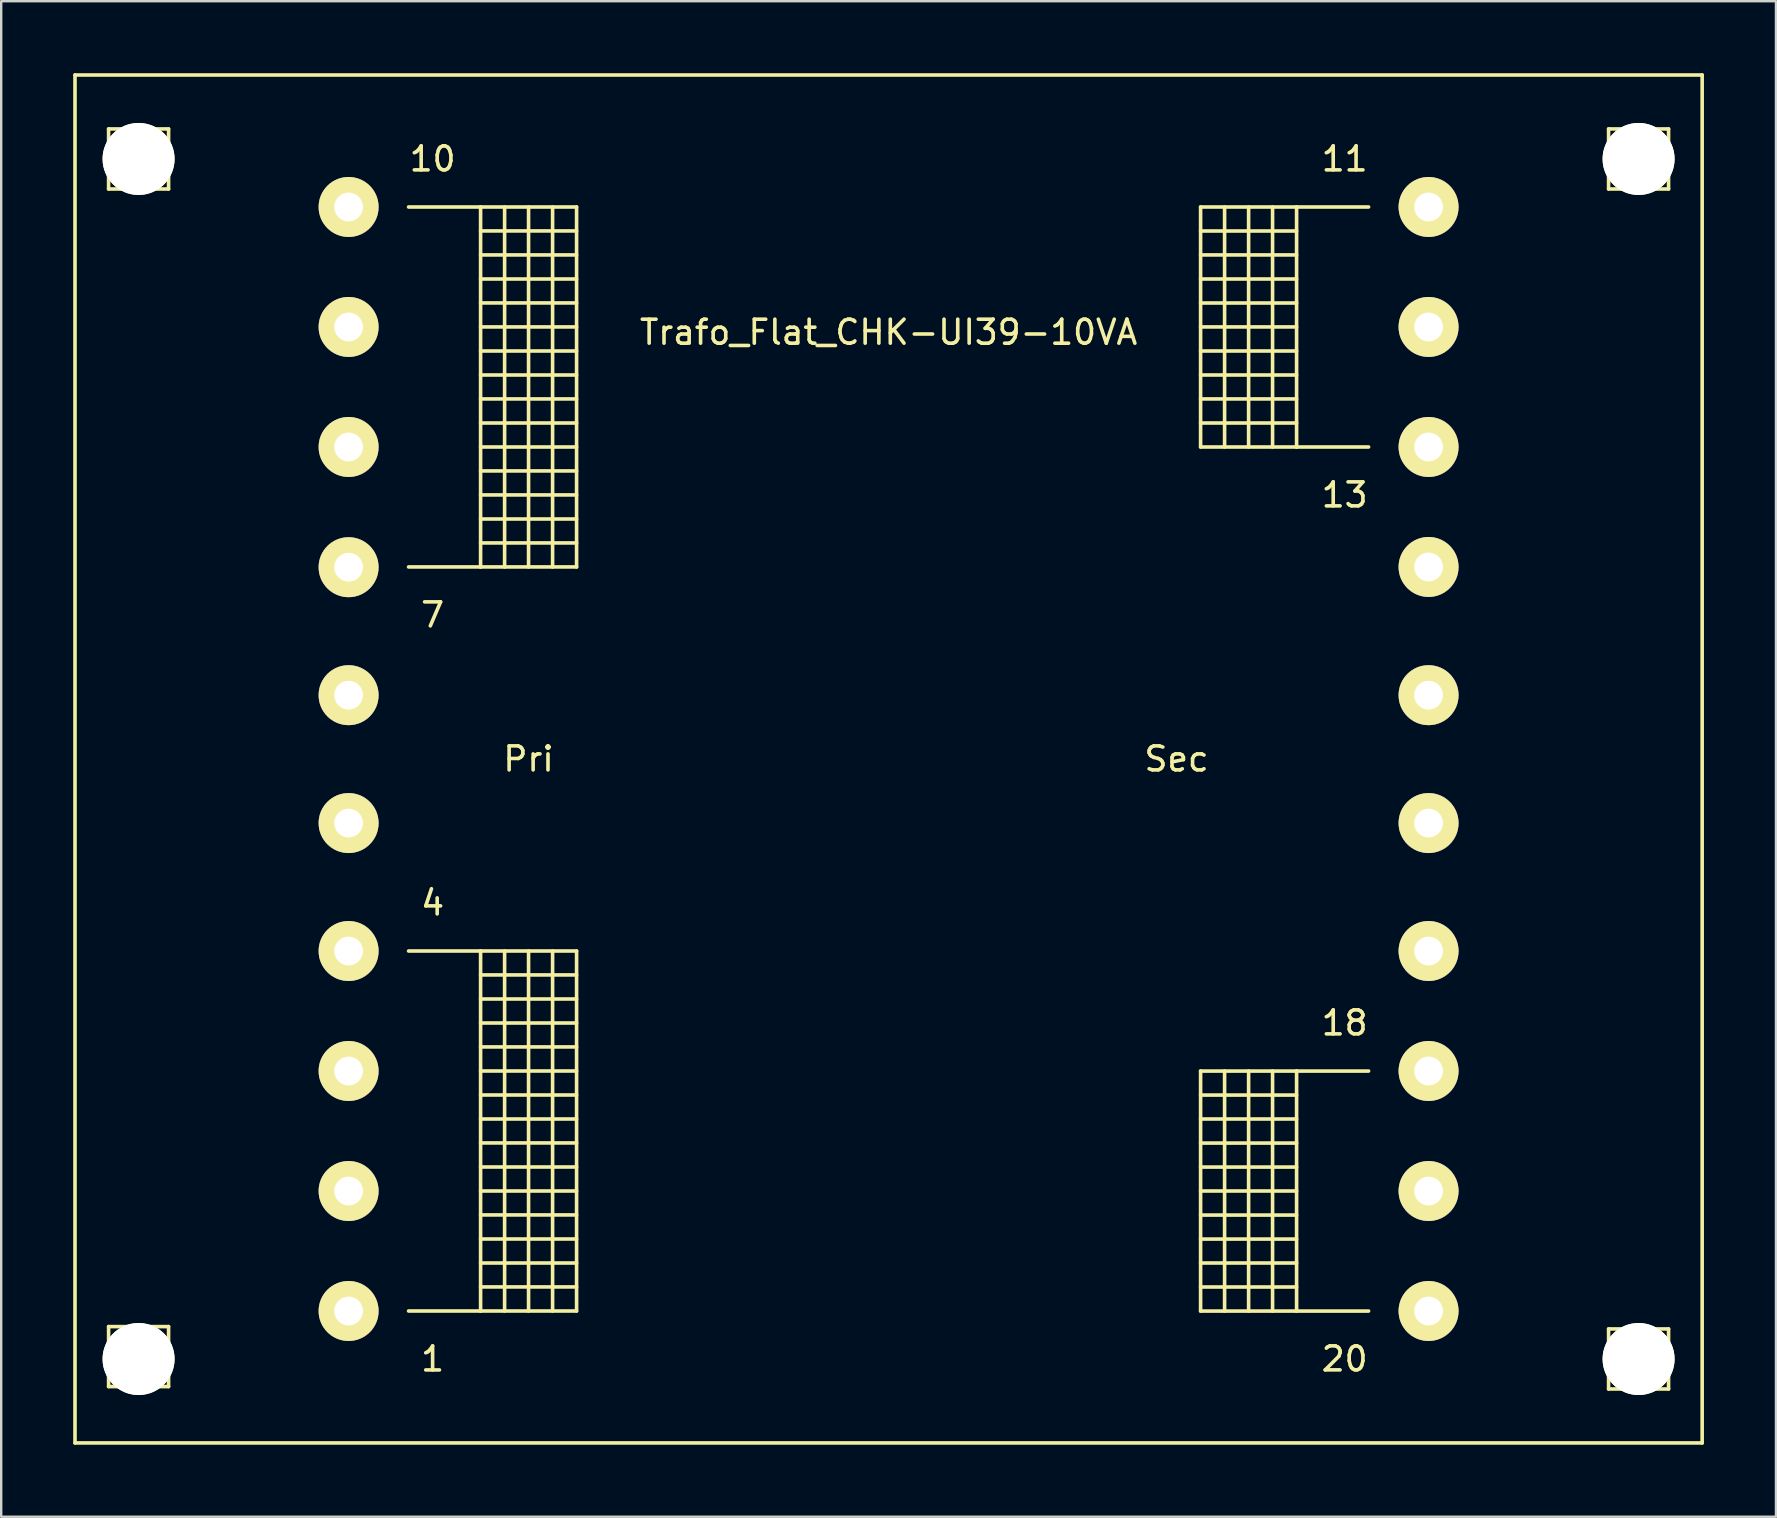
<source format=kicad_pcb>
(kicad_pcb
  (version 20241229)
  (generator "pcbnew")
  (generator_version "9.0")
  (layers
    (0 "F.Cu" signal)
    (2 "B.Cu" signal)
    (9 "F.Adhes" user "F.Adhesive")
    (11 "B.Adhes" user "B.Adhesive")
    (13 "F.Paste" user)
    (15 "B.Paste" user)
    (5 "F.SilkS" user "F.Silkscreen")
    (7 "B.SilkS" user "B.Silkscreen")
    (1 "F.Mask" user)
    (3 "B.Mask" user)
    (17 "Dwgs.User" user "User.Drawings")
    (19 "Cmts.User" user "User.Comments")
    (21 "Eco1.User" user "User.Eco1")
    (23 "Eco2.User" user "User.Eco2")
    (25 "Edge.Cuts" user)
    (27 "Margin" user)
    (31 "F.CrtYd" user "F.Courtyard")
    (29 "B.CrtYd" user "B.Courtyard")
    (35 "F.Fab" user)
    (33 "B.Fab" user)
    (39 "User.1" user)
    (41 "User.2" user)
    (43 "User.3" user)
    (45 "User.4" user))
  (footprint "Trafo_Flat_CHK-UI39-10VA"
    (layer "F.Cu")
    (at 33.974 28.574)
    (property "Reference" "Trafo_Flat_CHK-UI39-10VA" (at 0 -17.78 0) (layer "F.SilkS") (effects (font (size 1 1) (thickness 0.15))))
    (attr through_hole)
    (fp_line (start -33.899 -28.499) (end -33.899 28.499) (stroke (width 0.15) (type solid)) (layer "F.SilkS"))
    (fp_line (start -33.899 28.499) (end 33.899 28.499) (stroke (width 0.15) (type solid)) (layer "F.SilkS"))
    (fp_line (start -32.499 -26.251) (end -32.499 -23.749) (stroke (width 0.15) (type solid)) (layer "F.SilkS"))
    (fp_line (start -32.499 -23.749) (end -30 -23.749) (stroke (width 0.15) (type solid)) (layer "F.SilkS"))
    (fp_line (start -32.499 23.65) (end -32.499 26.149) (stroke (width 0.15) (type solid)) (layer "F.SilkS"))
    (fp_line (start -32.499 26.149) (end -30 26.149) (stroke (width 0.15) (type solid)) (layer "F.SilkS"))
    (fp_line (start -31.25 -26.251) (end -32.499 -26.251) (stroke (width 0.15) (type solid)) (layer "F.SilkS"))
    (fp_line (start -31.25 23.65) (end -32.499 23.65) (stroke (width 0.15) (type solid)) (layer "F.SilkS"))
    (fp_line (start -30 -26.251) (end -31.25 -26.251) (stroke (width 0.15) (type solid)) (layer "F.SilkS"))
    (fp_line (start -30 -23.749) (end -30 -26.251) (stroke (width 0.15) (type solid)) (layer "F.SilkS"))
    (fp_line (start -30 23.65) (end -31.25 23.65) (stroke (width 0.15) (type solid)) (layer "F.SilkS"))
    (fp_line (start -30 26.149) (end -30 23.65) (stroke (width 0.15) (type solid)) (layer "F.SilkS"))
    (fp_line (start -20 -23) (end -17 -23) (stroke (width 0.15) (type solid)) (layer "F.SilkS"))
    (fp_line (start -20 8.001) (end -17 8.001) (stroke (width 0.15) (type solid)) (layer "F.SilkS"))
    (fp_line (start -17 -23) (end -17 -8.001) (stroke (width 0.15) (type solid)) (layer "F.SilkS"))
    (fp_line (start -17 -23) (end -13 -23) (stroke (width 0.15) (type solid)) (layer "F.SilkS"))
    (fp_line (start -17 -22.001) (end -13 -22.001) (stroke (width 0.15) (type solid)) (layer "F.SilkS"))
    (fp_line (start -17 -21.001) (end -13 -21.001) (stroke (width 0.15) (type solid)) (layer "F.SilkS"))
    (fp_line (start -17 -20) (end -13 -20) (stroke (width 0.15) (type solid)) (layer "F.SilkS"))
    (fp_line (start -17 -19.002) (end -13 -19.002) (stroke (width 0.15) (type solid)) (layer "F.SilkS"))
    (fp_line (start -17 -18.001) (end -13 -18.001) (stroke (width 0.15) (type solid)) (layer "F.SilkS"))
    (fp_line (start -17 -17) (end -13 -17) (stroke (width 0.15) (type solid)) (layer "F.SilkS"))
    (fp_line (start -17 -15.999) (end -13 -15.999) (stroke (width 0.15) (type solid)) (layer "F.SilkS"))
    (fp_line (start -17 -15.001) (end -13 -15.001) (stroke (width 0.15) (type solid)) (layer "F.SilkS"))
    (fp_line (start -17 -14) (end -13 -14) (stroke (width 0.15) (type solid)) (layer "F.SilkS"))
    (fp_line (start -17 -13) (end -13 -13) (stroke (width 0.15) (type solid)) (layer "F.SilkS"))
    (fp_line (start -17 -12.002) (end -13 -12.002) (stroke (width 0.15) (type solid)) (layer "F.SilkS"))
    (fp_line (start -17 -11.001) (end -13 -11.001) (stroke (width 0.15) (type solid)) (layer "F.SilkS"))
    (fp_line (start -17 -10) (end -13 -10) (stroke (width 0.15) (type solid)) (layer "F.SilkS"))
    (fp_line (start -17 -9.002) (end -13 -9.002) (stroke (width 0.15) (type solid)) (layer "F.SilkS"))
    (fp_line (start -17 -8.001) (end -20 -8.001) (stroke (width 0.15) (type solid)) (layer "F.SilkS"))
    (fp_line (start -17 8.001) (end -17 23) (stroke (width 0.15) (type solid)) (layer "F.SilkS"))
    (fp_line (start -17 8.001) (end -13 8.001) (stroke (width 0.15) (type solid)) (layer "F.SilkS"))
    (fp_line (start -17 8.999) (end -13 8.999) (stroke (width 0.15) (type solid)) (layer "F.SilkS"))
    (fp_line (start -17 10) (end -13 10) (stroke (width 0.15) (type solid)) (layer "F.SilkS"))
    (fp_line (start -17 11.001) (end -13 11.001) (stroke (width 0.15) (type solid)) (layer "F.SilkS"))
    (fp_line (start -17 11.999) (end -13 11.999) (stroke (width 0.15) (type solid)) (layer "F.SilkS"))
    (fp_line (start -17 13) (end -13 13) (stroke (width 0.15) (type solid)) (layer "F.SilkS"))
    (fp_line (start -17 14) (end -13 14) (stroke (width 0.15) (type solid)) (layer "F.SilkS"))
    (fp_line (start -17 15.001) (end -13 15.001) (stroke (width 0.15) (type solid)) (layer "F.SilkS"))
    (fp_line (start -17 15.999) (end -13 15.999) (stroke (width 0.15) (type solid)) (layer "F.SilkS"))
    (fp_line (start -17 17) (end -13 17) (stroke (width 0.15) (type solid)) (layer "F.SilkS"))
    (fp_line (start -17 18.001) (end -13 18.001) (stroke (width 0.15) (type solid)) (layer "F.SilkS"))
    (fp_line (start -17 18.999) (end -13 18.999) (stroke (width 0.15) (type solid)) (layer "F.SilkS"))
    (fp_line (start -17 20) (end -13 20) (stroke (width 0.15) (type solid)) (layer "F.SilkS"))
    (fp_line (start -17 21.001) (end -13 21.001) (stroke (width 0.15) (type solid)) (layer "F.SilkS"))
    (fp_line (start -17 21.999) (end -13 21.999) (stroke (width 0.15) (type solid)) (layer "F.SilkS"))
    (fp_line (start -17 23) (end -20 23) (stroke (width 0.15) (type solid)) (layer "F.SilkS"))
    (fp_line (start -15.999 -23) (end -15.999 -8.001) (stroke (width 0.15) (type solid)) (layer "F.SilkS"))
    (fp_line (start -15.999 8.001) (end -15.999 23) (stroke (width 0.15) (type solid)) (layer "F.SilkS"))
    (fp_line (start -15.001 -8.001) (end -15.001 -23) (stroke (width 0.15) (type solid)) (layer "F.SilkS"))
    (fp_line (start -15.001 23) (end -15.001 8.001) (stroke (width 0.15) (type solid)) (layer "F.SilkS"))
    (fp_line (start -14 -23) (end -14 -8.001) (stroke (width 0.15) (type solid)) (layer "F.SilkS"))
    (fp_line (start -14 8.001) (end -14 23) (stroke (width 0.15) (type solid)) (layer "F.SilkS"))
    (fp_line (start -13 -23) (end -13 -8.001) (stroke (width 0.15) (type solid)) (layer "F.SilkS"))
    (fp_line (start -13 -8.001) (end -17 -8.001) (stroke (width 0.15) (type solid)) (layer "F.SilkS"))
    (fp_line (start -13 8.001) (end -13 23) (stroke (width 0.15) (type solid)) (layer "F.SilkS"))
    (fp_line (start -13 23) (end -17 23) (stroke (width 0.15) (type solid)) (layer "F.SilkS"))
    (fp_line (start 13 -23) (end 13 -13) (stroke (width 0.15) (type solid)) (layer "F.SilkS"))
    (fp_line (start 13 -21.999) (end 17 -21.999) (stroke (width 0.15) (type solid)) (layer "F.SilkS"))
    (fp_line (start 13 -21.001) (end 17 -21.001) (stroke (width 0.15) (type solid)) (layer "F.SilkS"))
    (fp_line (start 13 -20) (end 17 -20) (stroke (width 0.15) (type solid)) (layer "F.SilkS"))
    (fp_line (start 13 -18.999) (end 17 -18.999) (stroke (width 0.15) (type solid)) (layer "F.SilkS"))
    (fp_line (start 13 -18.001) (end 17 -18.001) (stroke (width 0.15) (type solid)) (layer "F.SilkS"))
    (fp_line (start 13 -17) (end 17 -17) (stroke (width 0.15) (type solid)) (layer "F.SilkS"))
    (fp_line (start 13 -15.999) (end 17 -15.999) (stroke (width 0.15) (type solid)) (layer "F.SilkS"))
    (fp_line (start 13 -15.001) (end 17 -15.001) (stroke (width 0.15) (type solid)) (layer "F.SilkS"))
    (fp_line (start 13 -14) (end 17 -14) (stroke (width 0.15) (type solid)) (layer "F.SilkS"))
    (fp_line (start 13 -13) (end 17 -13) (stroke (width 0.15) (type solid)) (layer "F.SilkS"))
    (fp_line (start 13 13.002) (end 13 23.002) (stroke (width 0.15) (type solid)) (layer "F.SilkS"))
    (fp_line (start 13 14.003) (end 17 14.003) (stroke (width 0.15) (type solid)) (layer "F.SilkS"))
    (fp_line (start 13 15.001) (end 17 15.001) (stroke (width 0.15) (type solid)) (layer "F.SilkS"))
    (fp_line (start 13 16.002) (end 17 16.002) (stroke (width 0.15) (type solid)) (layer "F.SilkS"))
    (fp_line (start 13 17.003) (end 17 17.003) (stroke (width 0.15) (type solid)) (layer "F.SilkS"))
    (fp_line (start 13 18.001) (end 17 18.001) (stroke (width 0.15) (type solid)) (layer "F.SilkS"))
    (fp_line (start 13 19.002) (end 17 19.002) (stroke (width 0.15) (type solid)) (layer "F.SilkS"))
    (fp_line (start 13 20.003) (end 17 20.003) (stroke (width 0.15) (type solid)) (layer "F.SilkS"))
    (fp_line (start 13 21.001) (end 17 21.001) (stroke (width 0.15) (type solid)) (layer "F.SilkS"))
    (fp_line (start 13 22.001) (end 17 22.001) (stroke (width 0.15) (type solid)) (layer "F.SilkS"))
    (fp_line (start 13 23.002) (end 17 23.002) (stroke (width 0.15) (type solid)) (layer "F.SilkS"))
    (fp_line (start 14 -23) (end 14 -13) (stroke (width 0.15) (type solid)) (layer "F.SilkS"))
    (fp_line (start 14 13.002) (end 14 23.002) (stroke (width 0.15) (type solid)) (layer "F.SilkS"))
    (fp_line (start 15.001 -13) (end 15.001 -23) (stroke (width 0.15) (type solid)) (layer "F.SilkS"))
    (fp_line (start 15.001 23.002) (end 15.001 13.002) (stroke (width 0.15) (type solid)) (layer "F.SilkS"))
    (fp_line (start 15.999 -23) (end 15.999 -13) (stroke (width 0.15) (type solid)) (layer "F.SilkS"))
    (fp_line (start 15.999 13.002) (end 15.999 23.002) (stroke (width 0.15) (type solid)) (layer "F.SilkS"))
    (fp_line (start 17 -23) (end 13 -23) (stroke (width 0.15) (type solid)) (layer "F.SilkS"))
    (fp_line (start 17 -23) (end 17 -13) (stroke (width 0.15) (type solid)) (layer "F.SilkS"))
    (fp_line (start 17 -13) (end 20 -13) (stroke (width 0.15) (type solid)) (layer "F.SilkS"))
    (fp_line (start 17 13.002) (end 13 13.002) (stroke (width 0.15) (type solid)) (layer "F.SilkS"))
    (fp_line (start 17 13.002) (end 17 23.002) (stroke (width 0.15) (type solid)) (layer "F.SilkS"))
    (fp_line (start 17 23.002) (end 20 23.002) (stroke (width 0.15) (type solid)) (layer "F.SilkS"))
    (fp_line (start 20 -23) (end 17 -23) (stroke (width 0.15) (type solid)) (layer "F.SilkS"))
    (fp_line (start 20 13.002) (end 17 13.002) (stroke (width 0.15) (type solid)) (layer "F.SilkS"))
    (fp_line (start 30 -26.251) (end 30 -23.749) (stroke (width 0.15) (type solid)) (layer "F.SilkS"))
    (fp_line (start 30 -23.749) (end 32.499 -23.749) (stroke (width 0.15) (type solid)) (layer "F.SilkS"))
    (fp_line (start 30 23.749) (end 30 26.251) (stroke (width 0.15) (type solid)) (layer "F.SilkS"))
    (fp_line (start 30 26.251) (end 32.499 26.251) (stroke (width 0.15) (type solid)) (layer "F.SilkS"))
    (fp_line (start 31.25 -26.251) (end 30 -26.251) (stroke (width 0.15) (type solid)) (layer "F.SilkS"))
    (fp_line (start 31.25 23.749) (end 30 23.749) (stroke (width 0.15) (type solid)) (layer "F.SilkS"))
    (fp_line (start 32.499 -26.251) (end 31.25 -26.251) (stroke (width 0.15) (type solid)) (layer "F.SilkS"))
    (fp_line (start 32.499 -23.749) (end 32.499 -26.251) (stroke (width 0.15) (type solid)) (layer "F.SilkS"))
    (fp_line (start 32.499 23.749) (end 31.25 23.749) (stroke (width 0.15) (type solid)) (layer "F.SilkS"))
    (fp_line (start 32.499 26.251) (end 32.499 23.749) (stroke (width 0.15) (type solid)) (layer "F.SilkS"))
    (fp_line (start 33.899 -28.499) (end -33.899 -28.499) (stroke (width 0.15) (type solid)) (layer "F.SilkS"))
    (fp_line (start 33.899 28.499) (end 33.899 -28.499) (stroke (width 0.15) (type solid)) (layer "F.SilkS"))
    (fp_text user "10" (at -18.999 -25.001 0) (layer "F.SilkS") (effects (font (size 1 1) (thickness 0.15))))
    (fp_text user "13" (at 19.002 -11.001 0) (layer "F.SilkS") (effects (font (size 1 1) (thickness 0.15))))
    (fp_text user "18" (at 19.002 10.998 0) (layer "F.SilkS") (effects (font (size 1 1) (thickness 0.15))))
    (fp_text user "Sec" (at 11.999 0 0) (layer "F.SilkS") (effects (font (size 1 1) (thickness 0.15))))
    (fp_text user "1" (at -18.999 25.001 0) (layer "F.SilkS") (effects (font (size 1 1) (thickness 0.15))))
    (fp_text user "20" (at 19.002 24.999 0) (layer "F.SilkS") (effects (font (size 1 1) (thickness 0.15))))
    (fp_text user "11" (at 19.002 -25.001 0) (layer "F.SilkS") (effects (font (size 1 1) (thickness 0.15))))
    (fp_text user "Pri" (at -15.001 0 0) (layer "F.SilkS") (effects (font (size 1 1) (thickness 0.15))))
    (fp_text user "4" (at -18.999 5.999 0) (layer "F.SilkS") (effects (font (size 1 1) (thickness 0.15))))
    (fp_text user "7" (at -18.999 -6.002 0) (layer "F.SilkS") (effects (font (size 1 1) (thickness 0.15))))
    (pad "" np_thru_hole circle (at -31.25 -25.001) (size 3 3) (drill 3) (layers "*.Cu" "*.Mask" "F.SilkS"))
    (pad "" np_thru_hole circle (at -31.25 25.001) (size 3 3) (drill 3) (layers "*.Cu" "*.Mask" "F.SilkS"))
    (pad "" np_thru_hole circle (at 31.25 -25.001) (size 3 3) (drill 3) (layers "*.Cu" "*.Mask" "F.SilkS"))
    (pad "" np_thru_hole circle (at 31.25 25.001) (size 3 3) (drill 3) (layers "*.Cu" "*.Mask" "F.SilkS"))
    (pad "1" thru_hole circle (at -22.499 23) (size 2.499 2.499) (drill 1.199) (layers "*.Cu" "*.Mask" "F.SilkS"))
    (pad "2" thru_hole circle (at -22.499 18.001) (size 2.499 2.499) (drill 1.199) (layers "*.Cu" "*.Mask" "F.SilkS"))
    (pad "3" thru_hole circle (at -22.499 13) (size 2.499 2.499) (drill 1.199) (layers "*.Cu" "*.Mask" "F.SilkS"))
    (pad "4" thru_hole circle (at -22.499 8.001) (size 2.499 2.499) (drill 1.199) (layers "*.Cu" "*.Mask" "F.SilkS"))
    (pad "5" thru_hole circle (at -22.499 2.67) (size 2.499 2.499) (drill 1.199) (layers "*.Cu" "*.Mask" "F.SilkS"))
    (pad "6" thru_hole circle (at -22.499 -2.659) (size 2.499 2.499) (drill 1.199) (layers "*.Cu" "*.Mask" "F.SilkS"))
    (pad "7" thru_hole circle (at -22.499 -7.991) (size 2.499 2.499) (drill 1.199) (layers "*.Cu" "*.Mask" "F.SilkS"))
    (pad "8" thru_hole circle (at -22.499 -13) (size 2.499 2.499) (drill 1.199) (layers "*.Cu" "*.Mask" "F.SilkS"))
    (pad "9" thru_hole circle (at -22.499 -18.001) (size 2.499 2.499) (drill 1.199) (layers "*.Cu" "*.Mask" "F.SilkS"))
    (pad "10" thru_hole circle (at -22.499 -23) (size 2.499 2.499) (drill 1.199) (layers "*.Cu" "*.Mask" "F.SilkS"))
    (pad "11" thru_hole circle (at 22.499 -23) (size 2.499 2.499) (drill 1.199) (layers "*.Cu" "*.Mask" "F.SilkS"))
    (pad "12" thru_hole circle (at 22.499 -18.001) (size 2.499 2.499) (drill 1.199) (layers "*.Cu" "*.Mask" "F.SilkS"))
    (pad "13" thru_hole circle (at 22.499 -13) (size 2.499 2.499) (drill 1.199) (layers "*.Cu" "*.Mask" "F.SilkS"))
    (pad "14" thru_hole circle (at 22.499 -8.001) (size 2.499 2.499) (drill 1.199) (layers "*.Cu" "*.Mask" "F.SilkS"))
    (pad "15" thru_hole circle (at 22.499 -2.659) (size 2.499 2.499) (drill 1.199) (layers "*.Cu" "*.Mask" "F.SilkS"))
    (pad "16" thru_hole circle (at 22.499 2.67) (size 2.499 2.499) (drill 1.199) (layers "*.Cu" "*.Mask" "F.SilkS"))
    (pad "17" thru_hole circle (at 22.499 8.001) (size 2.499 2.499) (drill 1.199) (layers "*.Cu" "*.Mask" "F.SilkS"))
    (pad "18" thru_hole circle (at 22.499 13) (size 2.499 2.499) (drill 1.199) (layers "*.Cu" "*.Mask" "F.SilkS"))
    (pad "19" thru_hole circle (at 22.499 18.001) (size 2.499 2.499) (drill 1.199) (layers "*.Cu" "*.Mask" "F.SilkS"))
    (pad "20" thru_hole circle (at 22.499 23) (size 2.499 2.499) (drill 1.199) (layers "*.Cu" "*.Mask" "F.SilkS")))
  (gr_rect
    (start -3 -3)
    (end 70.948 60.148)
    (stroke (width 0.1) (type default))
    (fill no)
    (layer "Edge.Cuts")))
</source>
